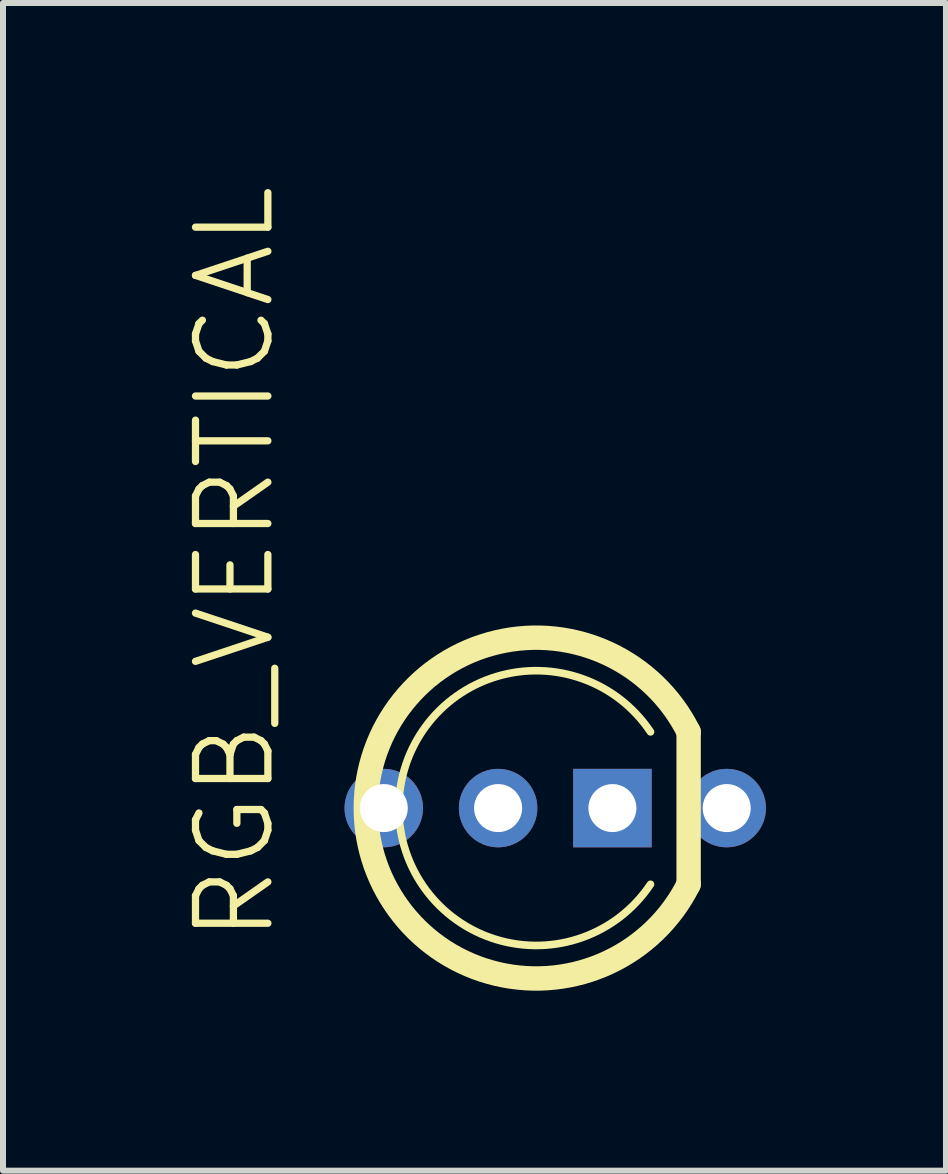
<source format=kicad_pcb>
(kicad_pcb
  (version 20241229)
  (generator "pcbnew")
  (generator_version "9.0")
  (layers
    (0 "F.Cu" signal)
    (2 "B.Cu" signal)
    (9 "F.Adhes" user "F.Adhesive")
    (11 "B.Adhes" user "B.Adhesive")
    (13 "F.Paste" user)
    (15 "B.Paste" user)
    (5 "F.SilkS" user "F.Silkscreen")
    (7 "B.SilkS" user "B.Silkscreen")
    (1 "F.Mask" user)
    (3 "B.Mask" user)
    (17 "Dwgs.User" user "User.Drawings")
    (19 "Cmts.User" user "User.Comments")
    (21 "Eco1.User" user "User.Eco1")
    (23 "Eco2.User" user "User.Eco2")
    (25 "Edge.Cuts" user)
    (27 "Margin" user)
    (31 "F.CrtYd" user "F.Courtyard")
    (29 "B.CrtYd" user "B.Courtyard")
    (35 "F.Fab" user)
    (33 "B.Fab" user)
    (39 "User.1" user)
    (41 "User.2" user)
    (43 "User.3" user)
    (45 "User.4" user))
  (footprint "RGB_VERTICAL"
    (layer "F.Cu")
    (at 5.251 10.417)
    (property "Reference" "RGB_VERTICAL" (at -3.683 2.286 90) (layer "F.SilkS") (effects (font (size 1.206 1.206) (thickness 0.121)) (justify left bottom)))
    (attr through_hole)
    (fp_line (start 3.175 -1.27) (end 3.175 1.27) (stroke (width 0.406) (type solid)) (layer "F.SilkS"))
    (fp_arc (start 2.54 1.27) (mid -1.654527 0.000001) (end 2.539999 -1.270001) (stroke (width 0.127) (type solid)) (layer "F.SilkS"))
    (fp_arc (start 3.175 1.27) (mid -2.204808 0) (end 3.175 -1.270001) (stroke (width 0.4064) (type solid)) (layer "F.SilkS"))
    (pad "1" thru_hole circle (at 3.81 0 90) (size 1.308 1.308) (drill 0.8) (layers "*.Cu" "*.Mask"))
    (pad "2" thru_hole rect (at 1.905 0 90) (size 1.308 1.308) (drill 0.8) (layers "*.Cu" "*.Mask"))
    (pad "3" thru_hole circle (at 0 0 90) (size 1.308 1.308) (drill 0.8) (layers "*.Cu" "*.Mask"))
    (pad "4" thru_hole circle (at -1.905 0 90) (size 1.308 1.308) (drill 0.8) (layers "*.Cu" "*.Mask")))
  (gr_rect
    (start -3 -3)
    (end 12.715 16.46)
    (stroke (width 0.1) (type default))
    (fill no)
    (layer "Edge.Cuts")))
</source>
